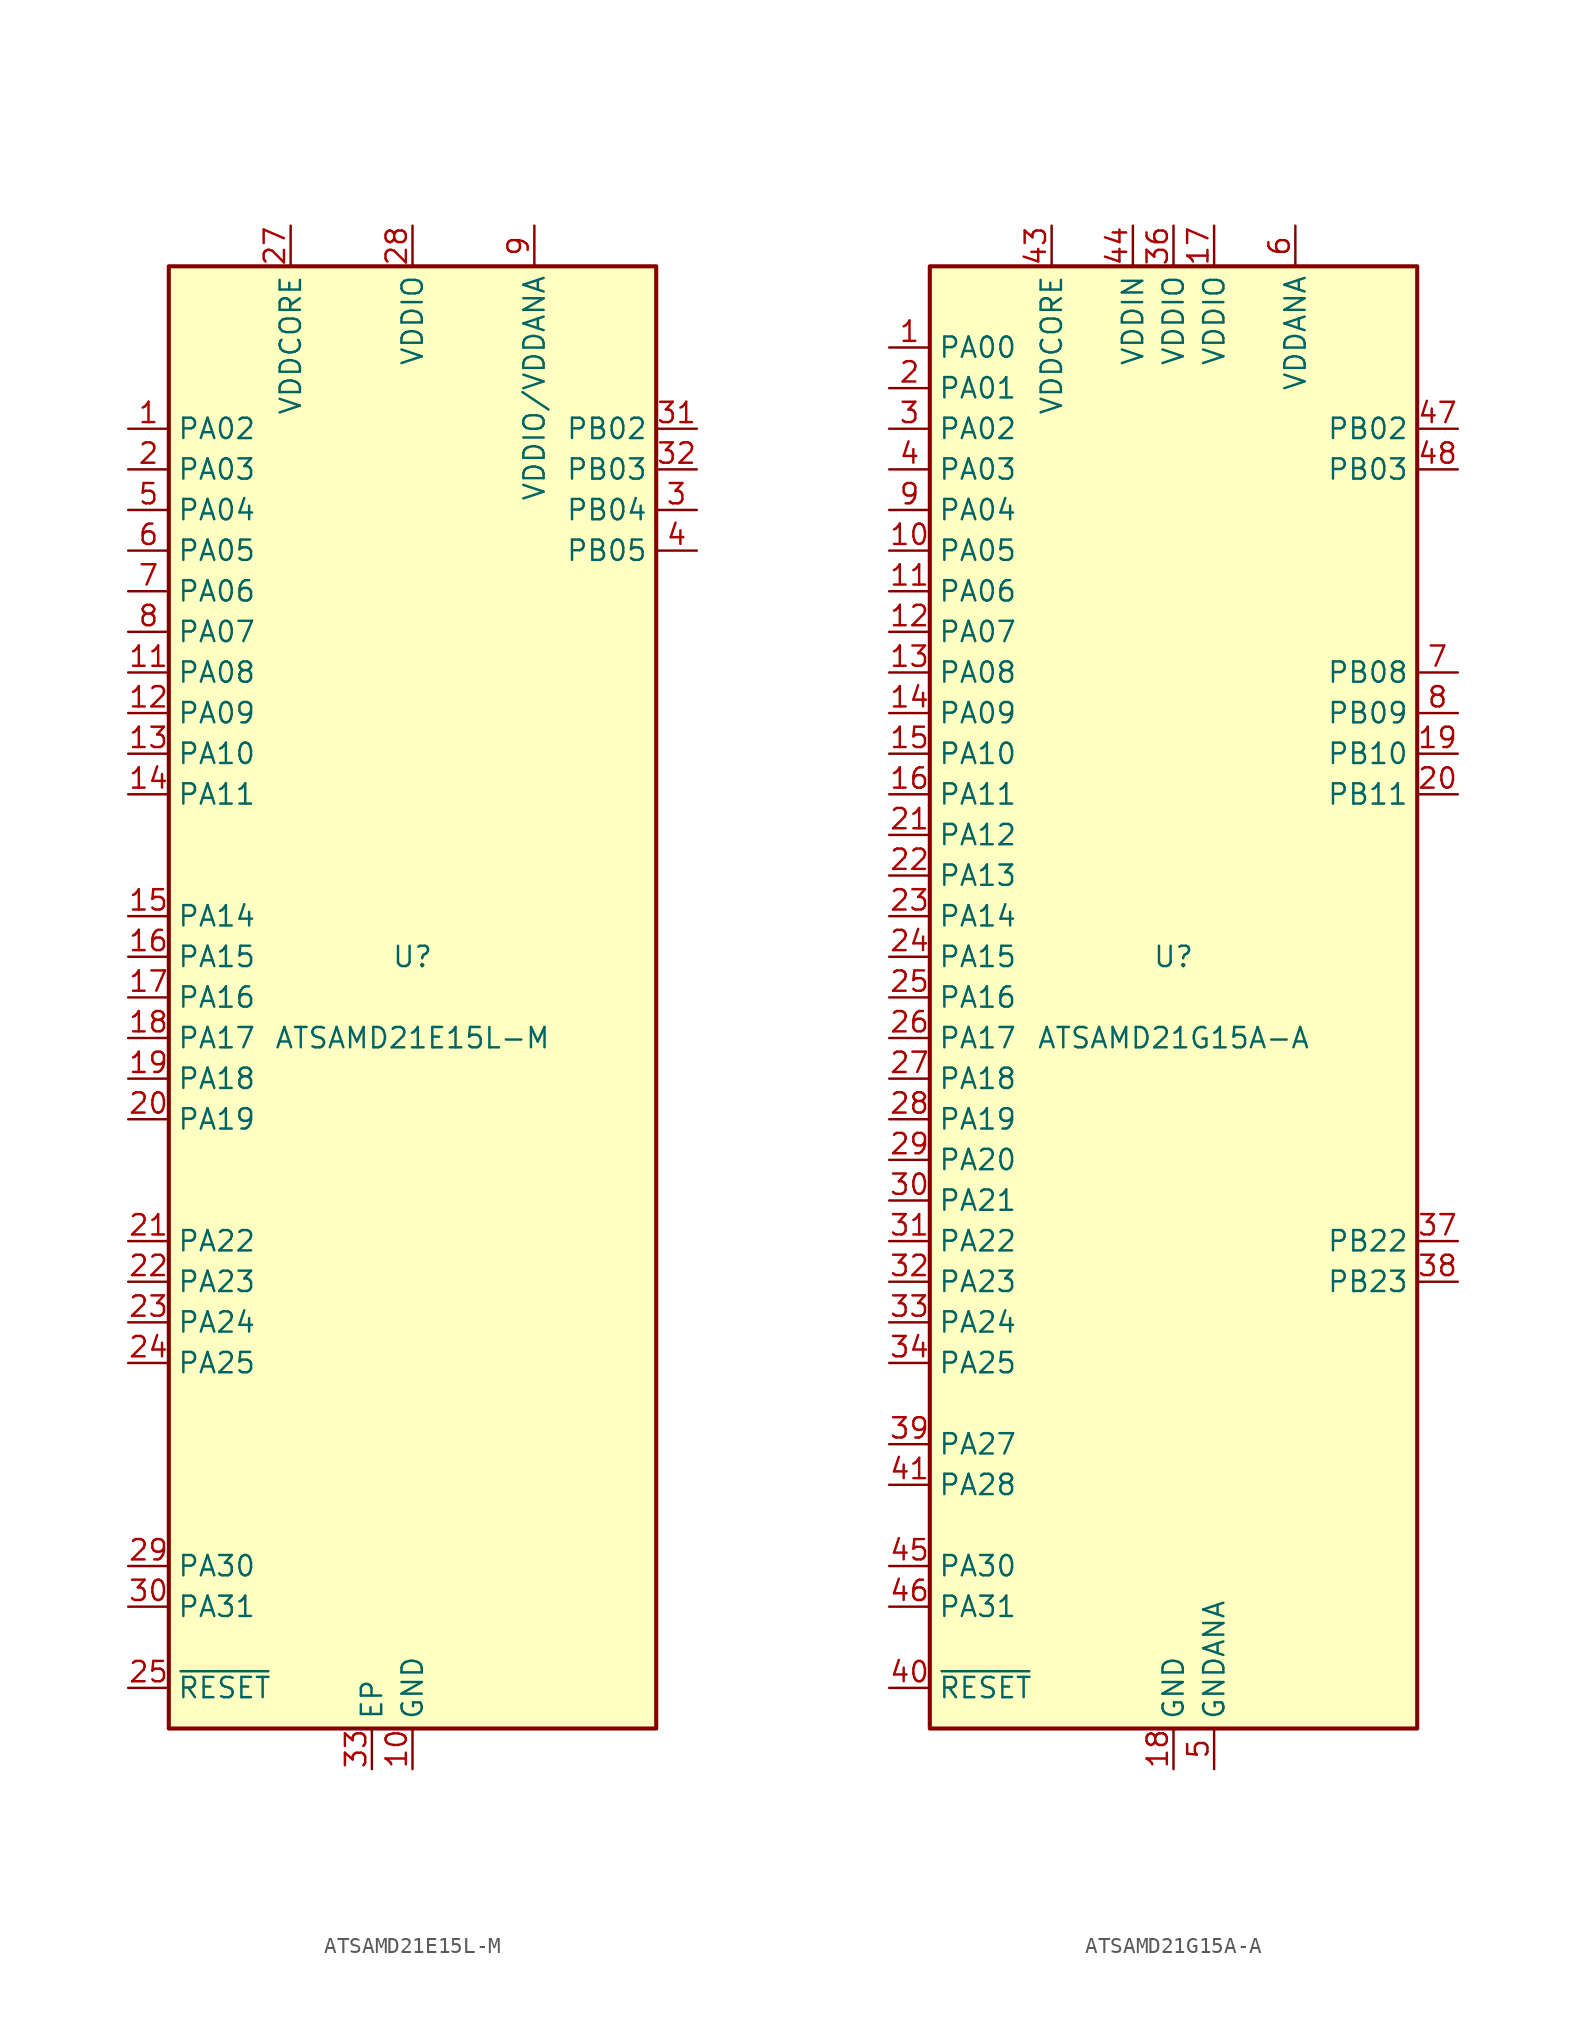
<source format=kicad_sym>
(kicad_symbol_lib
  (version 20211014)
  (generator kicad_symbol_editor)
  (symbol "ATSAMD21E15L-M"
    (property "Reference" "U"
      (at 0 2.54 0)
      (effects (font (size 1.27 1.27))))
    (property "Value" "ATSAMD21E15L-M"
      (at 0 -2.54 0)
      (effects (font (size 1.27 1.27))))
    (symbol "ATSAMD21E15L-M_1_1"
      (rectangle (start -15.24 45.72) (end 15.24 -45.72) (stroke (width 0.254) (type default) (color 0 0 0 0)) (fill (type background)))
      (pin bidirectional line (at -17.78 35.56 0) (length 2.54) (name "PA02" (effects (font (size 1.27 1.27)))) (number "1" (effects (font (size 1.27 1.27)))))
      (pin power_in line (at 0 -48.26 90) (length 2.54) (name "GND" (effects (font (size 1.27 1.27)))) (number "10" (effects (font (size 1.27 1.27)))))
      (pin bidirectional line (at -17.78 20.32 0) (length 2.54) (name "PA08" (effects (font (size 1.27 1.27)))) (number "11" (effects (font (size 1.27 1.27)))))
      (pin bidirectional line (at -17.78 17.78 0) (length 2.54) (name "PA09" (effects (font (size 1.27 1.27)))) (number "12" (effects (font (size 1.27 1.27)))))
      (pin bidirectional line (at -17.78 15.24 0) (length 2.54) (name "PA10" (effects (font (size 1.27 1.27)))) (number "13" (effects (font (size 1.27 1.27)))))
      (pin bidirectional line (at -17.78 12.7 0) (length 2.54) (name "PA11" (effects (font (size 1.27 1.27)))) (number "14" (effects (font (size 1.27 1.27)))))
      (pin bidirectional line (at -17.78 5.08 0) (length 2.54) (name "PA14" (effects (font (size 1.27 1.27)))) (number "15" (effects (font (size 1.27 1.27)))))
      (pin bidirectional line (at -17.78 2.54 0) (length 2.54) (name "PA15" (effects (font (size 1.27 1.27)))) (number "16" (effects (font (size 1.27 1.27)))))
      (pin bidirectional line (at -17.78 0 0) (length 2.54) (name "PA16" (effects (font (size 1.27 1.27)))) (number "17" (effects (font (size 1.27 1.27)))))
      (pin bidirectional line (at -17.78 -2.54 0) (length 2.54) (name "PA17" (effects (font (size 1.27 1.27)))) (number "18" (effects (font (size 1.27 1.27)))))
      (pin bidirectional line (at -17.78 -5.08 0) (length 2.54) (name "PA18" (effects (font (size 1.27 1.27)))) (number "19" (effects (font (size 1.27 1.27)))))
      (pin bidirectional line (at -17.78 33.02 0) (length 2.54) (name "PA03" (effects (font (size 1.27 1.27)))) (number "2" (effects (font (size 1.27 1.27)))))
      (pin bidirectional line (at -17.78 -7.62 0) (length 2.54) (name "PA19" (effects (font (size 1.27 1.27)))) (number "20" (effects (font (size 1.27 1.27)))))
      (pin bidirectional line (at -17.78 -15.24 0) (length 2.54) (name "PA22" (effects (font (size 1.27 1.27)))) (number "21" (effects (font (size 1.27 1.27)))))
      (pin bidirectional line (at -17.78 -17.78 0) (length 2.54) (name "PA23" (effects (font (size 1.27 1.27)))) (number "22" (effects (font (size 1.27 1.27)))))
      (pin bidirectional line (at -17.78 -20.32 0) (length 2.54) (name "PA24" (effects (font (size 1.27 1.27)))) (number "23" (effects (font (size 1.27 1.27)))))
      (pin bidirectional line (at -17.78 -22.86 0) (length 2.54) (name "PA25" (effects (font (size 1.27 1.27)))) (number "24" (effects (font (size 1.27 1.27)))))
      (pin input line (at -17.78 -43.18 0) (length 2.54) (name "~{RESET}" (effects (font (size 1.27 1.27)))) (number "25" (effects (font (size 1.27 1.27)))))
      (pin passive line (at 0 -48.26 90) (length 2.54) hide (name "GND" (effects (font (size 1.27 1.27)))) (number "26" (effects (font (size 1.27 1.27)))))
      (pin power_out line (at -7.62 48.26 270) (length 2.54) (name "VDDCORE" (effects (font (size 1.27 1.27)))) (number "27" (effects (font (size 1.27 1.27)))))
      (pin power_in line (at 0 48.26 270) (length 2.54) (name "VDDIO" (effects (font (size 1.27 1.27)))) (number "28" (effects (font (size 1.27 1.27)))))
      (pin bidirectional line (at -17.78 -35.56 0) (length 2.54) (name "PA30" (effects (font (size 1.27 1.27)))) (number "29" (effects (font (size 1.27 1.27)))))
      (pin bidirectional line (at 17.78 30.48 180) (length 2.54) (name "PB04" (effects (font (size 1.27 1.27)))) (number "3" (effects (font (size 1.27 1.27)))))
      (pin bidirectional line (at -17.78 -38.1 0) (length 2.54) (name "PA31" (effects (font (size 1.27 1.27)))) (number "30" (effects (font (size 1.27 1.27)))))
      (pin bidirectional line (at 17.78 35.56 180) (length 2.54) (name "PB02" (effects (font (size 1.27 1.27)))) (number "31" (effects (font (size 1.27 1.27)))))
      (pin bidirectional line (at 17.78 33.02 180) (length 2.54) (name "PB03" (effects (font (size 1.27 1.27)))) (number "32" (effects (font (size 1.27 1.27)))))
      (pin passive line (at -2.54 -48.26 90) (length 2.54) (name "EP" (effects (font (size 1.27 1.27)))) (number "33" (effects (font (size 1.27 1.27)))))
      (pin bidirectional line (at 17.78 27.94 180) (length 2.54) (name "PB05" (effects (font (size 1.27 1.27)))) (number "4" (effects (font (size 1.27 1.27)))))
      (pin bidirectional line (at -17.78 30.48 0) (length 2.54) (name "PA04" (effects (font (size 1.27 1.27)))) (number "5" (effects (font (size 1.27 1.27)))))
      (pin bidirectional line (at -17.78 27.94 0) (length 2.54) (name "PA05" (effects (font (size 1.27 1.27)))) (number "6" (effects (font (size 1.27 1.27)))))
      (pin bidirectional line (at -17.78 25.4 0) (length 2.54) (name "PA06" (effects (font (size 1.27 1.27)))) (number "7" (effects (font (size 1.27 1.27)))))
      (pin bidirectional line (at -17.78 22.86 0) (length 2.54) (name "PA07" (effects (font (size 1.27 1.27)))) (number "8" (effects (font (size 1.27 1.27)))))
      (pin power_in line (at 7.62 48.26 270) (length 2.54) (name "VDDIO/VDDANA" (effects (font (size 1.27 1.27)))) (number "9" (effects (font (size 1.27 1.27)))))))
  (symbol "ATSAMD21G15A-A"
    (property "Reference" "U"
      (at 0 2.54 0)
      (effects (font (size 1.27 1.27))))
    (property "Value" "ATSAMD21G15A-A"
      (at 0 -2.54 0)
      (effects (font (size 1.27 1.27))))
    (symbol "ATSAMD21G15A-A_0_1"
      (rectangle (start -15.24 45.72) (end 15.24 -45.72) (stroke (width 0.254) (type default) (color 0 0 0 0)) (fill (type background))))
    (symbol "ATSAMD21G15A-A_1_1"
      (pin bidirectional line (at -17.78 40.64 0) (length 2.54) (name "PA00" (effects (font (size 1.27 1.27)))) (number "1" (effects (font (size 1.27 1.27)))))
      (pin bidirectional line (at -17.78 27.94 0) (length 2.54) (name "PA05" (effects (font (size 1.27 1.27)))) (number "10" (effects (font (size 1.27 1.27)))))
      (pin bidirectional line (at -17.78 25.4 0) (length 2.54) (name "PA06" (effects (font (size 1.27 1.27)))) (number "11" (effects (font (size 1.27 1.27)))))
      (pin bidirectional line (at -17.78 22.86 0) (length 2.54) (name "PA07" (effects (font (size 1.27 1.27)))) (number "12" (effects (font (size 1.27 1.27)))))
      (pin bidirectional line (at -17.78 20.32 0) (length 2.54) (name "PA08" (effects (font (size 1.27 1.27)))) (number "13" (effects (font (size 1.27 1.27)))))
      (pin bidirectional line (at -17.78 17.78 0) (length 2.54) (name "PA09" (effects (font (size 1.27 1.27)))) (number "14" (effects (font (size 1.27 1.27)))))
      (pin bidirectional line (at -17.78 15.24 0) (length 2.54) (name "PA10" (effects (font (size 1.27 1.27)))) (number "15" (effects (font (size 1.27 1.27)))))
      (pin bidirectional line (at -17.78 12.7 0) (length 2.54) (name "PA11" (effects (font (size 1.27 1.27)))) (number "16" (effects (font (size 1.27 1.27)))))
      (pin power_in line (at 2.54 48.26 270) (length 2.54) (name "VDDIO" (effects (font (size 1.27 1.27)))) (number "17" (effects (font (size 1.27 1.27)))))
      (pin power_in line (at 0 -48.26 90) (length 2.54) (name "GND" (effects (font (size 1.27 1.27)))) (number "18" (effects (font (size 1.27 1.27)))))
      (pin bidirectional line (at 17.78 15.24 180) (length 2.54) (name "PB10" (effects (font (size 1.27 1.27)))) (number "19" (effects (font (size 1.27 1.27)))))
      (pin bidirectional line (at -17.78 38.1 0) (length 2.54) (name "PA01" (effects (font (size 1.27 1.27)))) (number "2" (effects (font (size 1.27 1.27)))))
      (pin bidirectional line (at 17.78 12.7 180) (length 2.54) (name "PB11" (effects (font (size 1.27 1.27)))) (number "20" (effects (font (size 1.27 1.27)))))
      (pin bidirectional line (at -17.78 10.16 0) (length 2.54) (name "PA12" (effects (font (size 1.27 1.27)))) (number "21" (effects (font (size 1.27 1.27)))))
      (pin bidirectional line (at -17.78 7.62 0) (length 2.54) (name "PA13" (effects (font (size 1.27 1.27)))) (number "22" (effects (font (size 1.27 1.27)))))
      (pin bidirectional line (at -17.78 5.08 0) (length 2.54) (name "PA14" (effects (font (size 1.27 1.27)))) (number "23" (effects (font (size 1.27 1.27)))))
      (pin bidirectional line (at -17.78 2.54 0) (length 2.54) (name "PA15" (effects (font (size 1.27 1.27)))) (number "24" (effects (font (size 1.27 1.27)))))
      (pin bidirectional line (at -17.78 0 0) (length 2.54) (name "PA16" (effects (font (size 1.27 1.27)))) (number "25" (effects (font (size 1.27 1.27)))))
      (pin bidirectional line (at -17.78 -2.54 0) (length 2.54) (name "PA17" (effects (font (size 1.27 1.27)))) (number "26" (effects (font (size 1.27 1.27)))))
      (pin bidirectional line (at -17.78 -5.08 0) (length 2.54) (name "PA18" (effects (font (size 1.27 1.27)))) (number "27" (effects (font (size 1.27 1.27)))))
      (pin bidirectional line (at -17.78 -7.62 0) (length 2.54) (name "PA19" (effects (font (size 1.27 1.27)))) (number "28" (effects (font (size 1.27 1.27)))))
      (pin bidirectional line (at -17.78 -10.16 0) (length 2.54) (name "PA20" (effects (font (size 1.27 1.27)))) (number "29" (effects (font (size 1.27 1.27)))))
      (pin bidirectional line (at -17.78 35.56 0) (length 2.54) (name "PA02" (effects (font (size 1.27 1.27)))) (number "3" (effects (font (size 1.27 1.27)))))
      (pin bidirectional line (at -17.78 -12.7 0) (length 2.54) (name "PA21" (effects (font (size 1.27 1.27)))) (number "30" (effects (font (size 1.27 1.27)))))
      (pin bidirectional line (at -17.78 -15.24 0) (length 2.54) (name "PA22" (effects (font (size 1.27 1.27)))) (number "31" (effects (font (size 1.27 1.27)))))
      (pin bidirectional line (at -17.78 -17.78 0) (length 2.54) (name "PA23" (effects (font (size 1.27 1.27)))) (number "32" (effects (font (size 1.27 1.27)))))
      (pin bidirectional line (at -17.78 -20.32 0) (length 2.54) (name "PA24" (effects (font (size 1.27 1.27)))) (number "33" (effects (font (size 1.27 1.27)))))
      (pin bidirectional line (at -17.78 -22.86 0) (length 2.54) (name "PA25" (effects (font (size 1.27 1.27)))) (number "34" (effects (font (size 1.27 1.27)))))
      (pin passive line (at 0 -48.26 90) (length 2.54) hide (name "GND" (effects (font (size 1.27 1.27)))) (number "35" (effects (font (size 1.27 1.27)))))
      (pin power_in line (at 0 48.26 270) (length 2.54) (name "VDDIO" (effects (font (size 1.27 1.27)))) (number "36" (effects (font (size 1.27 1.27)))))
      (pin bidirectional line (at 17.78 -15.24 180) (length 2.54) (name "PB22" (effects (font (size 1.27 1.27)))) (number "37" (effects (font (size 1.27 1.27)))))
      (pin bidirectional line (at 17.78 -17.78 180) (length 2.54) (name "PB23" (effects (font (size 1.27 1.27)))) (number "38" (effects (font (size 1.27 1.27)))))
      (pin bidirectional line (at -17.78 -27.94 0) (length 2.54) (name "PA27" (effects (font (size 1.27 1.27)))) (number "39" (effects (font (size 1.27 1.27)))))
      (pin bidirectional line (at -17.78 33.02 0) (length 2.54) (name "PA03" (effects (font (size 1.27 1.27)))) (number "4" (effects (font (size 1.27 1.27)))))
      (pin input line (at -17.78 -43.18 0) (length 2.54) (name "~{RESET}" (effects (font (size 1.27 1.27)))) (number "40" (effects (font (size 1.27 1.27)))))
      (pin bidirectional line (at -17.78 -30.48 0) (length 2.54) (name "PA28" (effects (font (size 1.27 1.27)))) (number "41" (effects (font (size 1.27 1.27)))))
      (pin passive line (at 0 -48.26 90) (length 2.54) hide (name "GND" (effects (font (size 1.27 1.27)))) (number "42" (effects (font (size 1.27 1.27)))))
      (pin power_out line (at -7.62 48.26 270) (length 2.54) (name "VDDCORE" (effects (font (size 1.27 1.27)))) (number "43" (effects (font (size 1.27 1.27)))))
      (pin power_in line (at -2.54 48.26 270) (length 2.54) (name "VDDIN" (effects (font (size 1.27 1.27)))) (number "44" (effects (font (size 1.27 1.27)))))
      (pin bidirectional line (at -17.78 -35.56 0) (length 2.54) (name "PA30" (effects (font (size 1.27 1.27)))) (number "45" (effects (font (size 1.27 1.27)))))
      (pin bidirectional line (at -17.78 -38.1 0) (length 2.54) (name "PA31" (effects (font (size 1.27 1.27)))) (number "46" (effects (font (size 1.27 1.27)))))
      (pin bidirectional line (at 17.78 35.56 180) (length 2.54) (name "PB02" (effects (font (size 1.27 1.27)))) (number "47" (effects (font (size 1.27 1.27)))))
      (pin bidirectional line (at 17.78 33.02 180) (length 2.54) (name "PB03" (effects (font (size 1.27 1.27)))) (number "48" (effects (font (size 1.27 1.27)))))
      (pin power_in line (at 2.54 -48.26 90) (length 2.54) (name "GNDANA" (effects (font (size 1.27 1.27)))) (number "5" (effects (font (size 1.27 1.27)))))
      (pin power_in line (at 7.62 48.26 270) (length 2.54) (name "VDDANA" (effects (font (size 1.27 1.27)))) (number "6" (effects (font (size 1.27 1.27)))))
      (pin bidirectional line (at 17.78 20.32 180) (length 2.54) (name "PB08" (effects (font (size 1.27 1.27)))) (number "7" (effects (font (size 1.27 1.27)))))
      (pin bidirectional line (at 17.78 17.78 180) (length 2.54) (name "PB09" (effects (font (size 1.27 1.27)))) (number "8" (effects (font (size 1.27 1.27)))))
      (pin bidirectional line (at -17.78 30.48 0) (length 2.54) (name "PA04" (effects (font (size 1.27 1.27)))) (number "9" (effects (font (size 1.27 1.27))))))))
</source>
